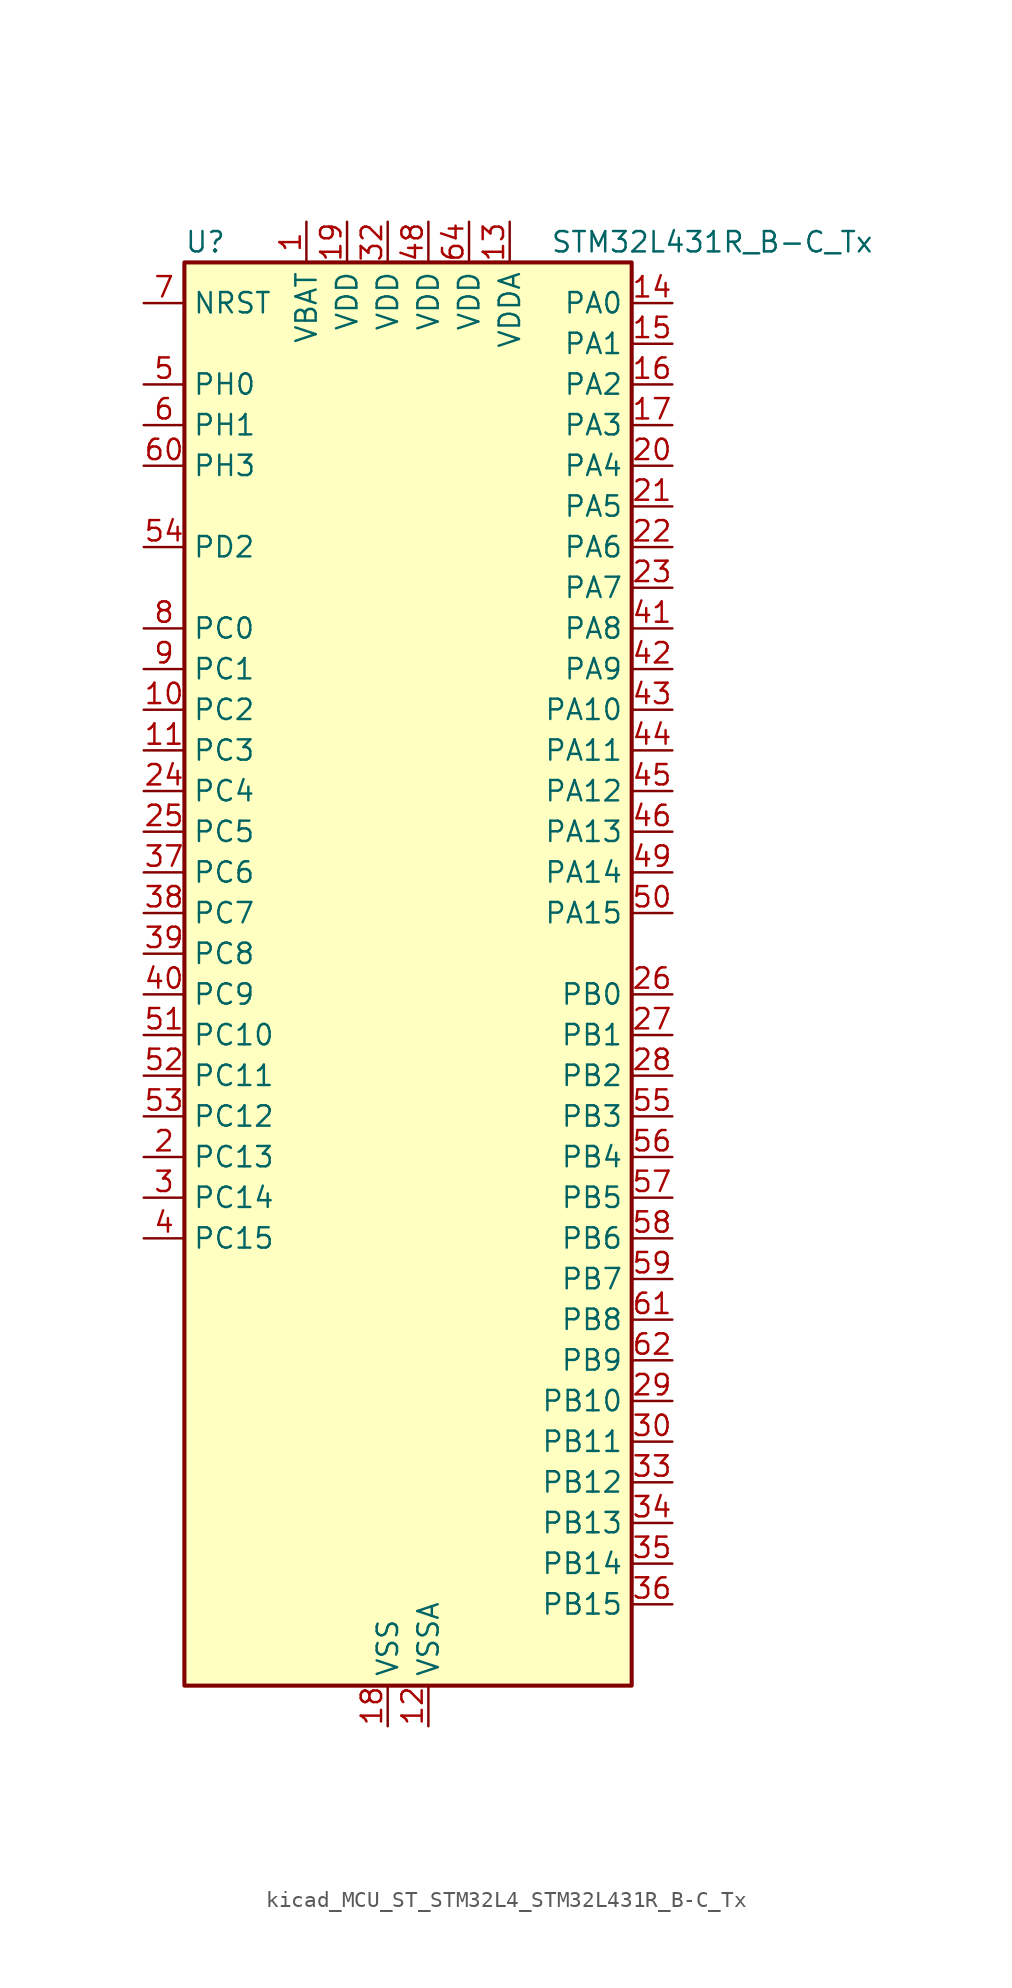
<source format=kicad_sym>
(kicad_symbol_lib
  (version 20220914)
  (generator kicad_symbol_editor)
  (symbol "kicad_MCU_ST_STM32L4_STM32L431R_B-C_Tx"
    (property "Reference" "U"
      (at -12.7 46.99 0)
      (effects (font (size 1.27 1.27)) (justify left)))
    (property "Value" "STM32L431R_B-C_Tx"
      (at 10.16 46.99 0)
      (effects (font (size 1.27 1.27)) (justify left)))
    (property "ki_locked" ""
      (at 0 0 0)
      (effects (font (size 1.27 1.27))))
    (symbol "kicad_MCU_ST_STM32L4_STM32L431R_B-C_Tx_0_1"
      (rectangle (start -12.7 -43.18) (end 15.24 45.72) (stroke (width 0.254) (type default)) (fill (type background))))
    (symbol "kicad_MCU_ST_STM32L4_STM32L431R_B-C_Tx_1_1"
      (pin power_in line (at -5.08 48.26 270) (length 2.54) (name "VBAT" (effects (font (size 1.27 1.27)))) (number "1" (effects (font (size 1.27 1.27)))))
      (pin bidirectional line (at -15.24 17.78 0) (length 2.54) (name "PC2" (effects (font (size 1.27 1.27)))) (number "10" (effects (font (size 1.27 1.27)))) (alternate "ADC1_IN3" bidirectional line) (alternate "LPTIM1_IN2" bidirectional line) (alternate "SPI2_MISO" bidirectional line))
      (pin bidirectional line (at -15.24 15.24 0) (length 2.54) (name "PC3" (effects (font (size 1.27 1.27)))) (number "11" (effects (font (size 1.27 1.27)))) (alternate "ADC1_IN4" bidirectional line) (alternate "LPTIM1_ETR" bidirectional line) (alternate "LPTIM2_ETR" bidirectional line) (alternate "SAI1_SD_A" bidirectional line) (alternate "SPI2_MOSI" bidirectional line))
      (pin power_in line (at 2.54 -45.72 90) (length 2.54) (name "VSSA" (effects (font (size 1.27 1.27)))) (number "12" (effects (font (size 1.27 1.27)))))
      (pin power_in line (at 7.62 48.26 270) (length 2.54) (name "VDDA" (effects (font (size 1.27 1.27)))) (number "13" (effects (font (size 1.27 1.27)))))
      (pin bidirectional line (at 17.78 43.18 180) (length 2.54) (name "PA0" (effects (font (size 1.27 1.27)))) (number "14" (effects (font (size 1.27 1.27)))) (alternate "ADC1_IN5" bidirectional line) (alternate "COMP1_INM" bidirectional line) (alternate "COMP1_OUT" bidirectional line) (alternate "OPAMP1_VINP" bidirectional line) (alternate "RTC_TAMP2" bidirectional line) (alternate "SAI1_EXTCLK" bidirectional line) (alternate "SYS_WKUP1" bidirectional line) (alternate "TIM2_CH1" bidirectional line) (alternate "TIM2_ETR" bidirectional line) (alternate "USART2_CTS" bidirectional line))
      (pin bidirectional line (at 17.78 40.64 180) (length 2.54) (name "PA1" (effects (font (size 1.27 1.27)))) (number "15" (effects (font (size 1.27 1.27)))) (alternate "ADC1_IN6" bidirectional line) (alternate "COMP1_INP" bidirectional line) (alternate "I2C1_SMBA" bidirectional line) (alternate "OPAMP1_VINM" bidirectional line) (alternate "SPI1_SCK" bidirectional line) (alternate "TIM15_CH1N" bidirectional line) (alternate "TIM2_CH2" bidirectional line) (alternate "USART2_DE" bidirectional line) (alternate "USART2_RTS" bidirectional line))
      (pin bidirectional line (at 17.78 38.1 180) (length 2.54) (name "PA2" (effects (font (size 1.27 1.27)))) (number "16" (effects (font (size 1.27 1.27)))) (alternate "ADC1_IN7" bidirectional line) (alternate "COMP2_INM" bidirectional line) (alternate "COMP2_OUT" bidirectional line) (alternate "LPUART1_TX" bidirectional line) (alternate "QUADSPI_BK1_NCS" bidirectional line) (alternate "RCC_LSCO" bidirectional line) (alternate "SYS_WKUP4" bidirectional line) (alternate "TIM15_CH1" bidirectional line) (alternate "TIM2_CH3" bidirectional line) (alternate "USART2_TX" bidirectional line))
      (pin bidirectional line (at 17.78 35.56 180) (length 2.54) (name "PA3" (effects (font (size 1.27 1.27)))) (number "17" (effects (font (size 1.27 1.27)))) (alternate "ADC1_IN8" bidirectional line) (alternate "COMP2_INP" bidirectional line) (alternate "LPUART1_RX" bidirectional line) (alternate "OPAMP1_VOUT" bidirectional line) (alternate "QUADSPI_CLK" bidirectional line) (alternate "SAI1_MCLK_A" bidirectional line) (alternate "TIM15_CH2" bidirectional line) (alternate "TIM2_CH4" bidirectional line) (alternate "USART2_RX" bidirectional line))
      (pin power_in line (at 0 -45.72 90) (length 2.54) (name "VSS" (effects (font (size 1.27 1.27)))) (number "18" (effects (font (size 1.27 1.27)))))
      (pin power_in line (at -2.54 48.26 270) (length 2.54) (name "VDD" (effects (font (size 1.27 1.27)))) (number "19" (effects (font (size 1.27 1.27)))))
      (pin bidirectional line (at -15.24 -10.16 0) (length 2.54) (name "PC13" (effects (font (size 1.27 1.27)))) (number "2" (effects (font (size 1.27 1.27)))) (alternate "RTC_OUT_ALARM" bidirectional line) (alternate "RTC_OUT_CALIB" bidirectional line) (alternate "RTC_TAMP1" bidirectional line) (alternate "RTC_TS" bidirectional line) (alternate "SYS_WKUP2" bidirectional line))
      (pin bidirectional line (at 17.78 33.02 180) (length 2.54) (name "PA4" (effects (font (size 1.27 1.27)))) (number "20" (effects (font (size 1.27 1.27)))) (alternate "ADC1_IN9" bidirectional line) (alternate "COMP1_INM" bidirectional line) (alternate "COMP2_INM" bidirectional line) (alternate "DAC1_OUT1" bidirectional line) (alternate "LPTIM2_OUT" bidirectional line) (alternate "SAI1_FS_B" bidirectional line) (alternate "SPI1_NSS" bidirectional line) (alternate "SPI3_NSS" bidirectional line) (alternate "USART2_CK" bidirectional line))
      (pin bidirectional line (at 17.78 30.48 180) (length 2.54) (name "PA5" (effects (font (size 1.27 1.27)))) (number "21" (effects (font (size 1.27 1.27)))) (alternate "ADC1_IN10" bidirectional line) (alternate "COMP1_INM" bidirectional line) (alternate "COMP2_INM" bidirectional line) (alternate "DAC1_OUT2" bidirectional line) (alternate "LPTIM2_ETR" bidirectional line) (alternate "SPI1_SCK" bidirectional line) (alternate "TIM2_CH1" bidirectional line) (alternate "TIM2_ETR" bidirectional line))
      (pin bidirectional line (at 17.78 27.94 180) (length 2.54) (name "PA6" (effects (font (size 1.27 1.27)))) (number "22" (effects (font (size 1.27 1.27)))) (alternate "ADC1_IN11" bidirectional line) (alternate "COMP1_OUT" bidirectional line) (alternate "LPUART1_CTS" bidirectional line) (alternate "QUADSPI_BK1_IO3" bidirectional line) (alternate "SPI1_MISO" bidirectional line) (alternate "TIM16_CH1" bidirectional line) (alternate "TIM1_BKIN" bidirectional line) (alternate "TIM1_BKIN_COMP2" bidirectional line) (alternate "USART3_CTS" bidirectional line))
      (pin bidirectional line (at 17.78 25.4 180) (length 2.54) (name "PA7" (effects (font (size 1.27 1.27)))) (number "23" (effects (font (size 1.27 1.27)))) (alternate "ADC1_IN12" bidirectional line) (alternate "COMP2_OUT" bidirectional line) (alternate "I2C3_SCL" bidirectional line) (alternate "QUADSPI_BK1_IO2" bidirectional line) (alternate "SPI1_MOSI" bidirectional line) (alternate "TIM1_CH1N" bidirectional line))
      (pin bidirectional line (at -15.24 12.7 0) (length 2.54) (name "PC4" (effects (font (size 1.27 1.27)))) (number "24" (effects (font (size 1.27 1.27)))) (alternate "ADC1_IN13" bidirectional line) (alternate "COMP1_INM" bidirectional line) (alternate "USART3_TX" bidirectional line))
      (pin bidirectional line (at -15.24 10.16 0) (length 2.54) (name "PC5" (effects (font (size 1.27 1.27)))) (number "25" (effects (font (size 1.27 1.27)))) (alternate "ADC1_IN14" bidirectional line) (alternate "COMP1_INP" bidirectional line) (alternate "SYS_WKUP5" bidirectional line) (alternate "USART3_RX" bidirectional line))
      (pin bidirectional line (at 17.78 0 180) (length 2.54) (name "PB0" (effects (font (size 1.27 1.27)))) (number "26" (effects (font (size 1.27 1.27)))) (alternate "ADC1_IN15" bidirectional line) (alternate "COMP1_OUT" bidirectional line) (alternate "QUADSPI_BK1_IO1" bidirectional line) (alternate "SAI1_EXTCLK" bidirectional line) (alternate "SPI1_NSS" bidirectional line) (alternate "TIM1_CH2N" bidirectional line) (alternate "USART3_CK" bidirectional line))
      (pin bidirectional line (at 17.78 -2.54 180) (length 2.54) (name "PB1" (effects (font (size 1.27 1.27)))) (number "27" (effects (font (size 1.27 1.27)))) (alternate "ADC1_IN16" bidirectional line) (alternate "COMP1_INM" bidirectional line) (alternate "LPTIM2_IN1" bidirectional line) (alternate "LPUART1_DE" bidirectional line) (alternate "LPUART1_RTS" bidirectional line) (alternate "QUADSPI_BK1_IO0" bidirectional line) (alternate "TIM1_CH3N" bidirectional line) (alternate "USART3_DE" bidirectional line) (alternate "USART3_RTS" bidirectional line))
      (pin bidirectional line (at 17.78 -5.08 180) (length 2.54) (name "PB2" (effects (font (size 1.27 1.27)))) (number "28" (effects (font (size 1.27 1.27)))) (alternate "COMP1_INP" bidirectional line) (alternate "I2C3_SMBA" bidirectional line) (alternate "LPTIM1_OUT" bidirectional line) (alternate "RTC_OUT_ALARM" bidirectional line) (alternate "RTC_OUT_CALIB" bidirectional line))
      (pin bidirectional line (at 17.78 -25.4 180) (length 2.54) (name "PB10" (effects (font (size 1.27 1.27)))) (number "29" (effects (font (size 1.27 1.27)))) (alternate "COMP1_OUT" bidirectional line) (alternate "I2C2_SCL" bidirectional line) (alternate "LPUART1_RX" bidirectional line) (alternate "QUADSPI_CLK" bidirectional line) (alternate "SAI1_SCK_A" bidirectional line) (alternate "SPI2_SCK" bidirectional line) (alternate "TIM2_CH3" bidirectional line) (alternate "TSC_SYNC" bidirectional line) (alternate "USART3_TX" bidirectional line))
      (pin bidirectional line (at -15.24 -12.7 0) (length 2.54) (name "PC14" (effects (font (size 1.27 1.27)))) (number "3" (effects (font (size 1.27 1.27)))) (alternate "RCC_OSC32_IN" bidirectional line))
      (pin bidirectional line (at 17.78 -27.94 180) (length 2.54) (name "PB11" (effects (font (size 1.27 1.27)))) (number "30" (effects (font (size 1.27 1.27)))) (alternate "ADC1_EXTI11" bidirectional line) (alternate "COMP2_OUT" bidirectional line) (alternate "I2C2_SDA" bidirectional line) (alternate "LPUART1_TX" bidirectional line) (alternate "QUADSPI_BK1_NCS" bidirectional line) (alternate "TIM2_CH4" bidirectional line) (alternate "USART3_RX" bidirectional line))
      (pin passive line (at 0 -45.72 90) (length 2.54) hide (name "VSS" (effects (font (size 1.27 1.27)))) (number "31" (effects (font (size 1.27 1.27)))))
      (pin power_in line (at 0 48.26 270) (length 2.54) (name "VDD" (effects (font (size 1.27 1.27)))) (number "32" (effects (font (size 1.27 1.27)))))
      (pin bidirectional line (at 17.78 -30.48 180) (length 2.54) (name "PB12" (effects (font (size 1.27 1.27)))) (number "33" (effects (font (size 1.27 1.27)))) (alternate "I2C2_SMBA" bidirectional line) (alternate "LPUART1_DE" bidirectional line) (alternate "LPUART1_RTS" bidirectional line) (alternate "SAI1_FS_A" bidirectional line) (alternate "SPI2_NSS" bidirectional line) (alternate "SWPMI1_IO" bidirectional line) (alternate "TIM15_BKIN" bidirectional line) (alternate "TIM1_BKIN" bidirectional line) (alternate "TIM1_BKIN_COMP2" bidirectional line) (alternate "TSC_G1_IO1" bidirectional line) (alternate "USART3_CK" bidirectional line))
      (pin bidirectional line (at 17.78 -33.02 180) (length 2.54) (name "PB13" (effects (font (size 1.27 1.27)))) (number "34" (effects (font (size 1.27 1.27)))) (alternate "I2C2_SCL" bidirectional line) (alternate "LPUART1_CTS" bidirectional line) (alternate "SAI1_SCK_A" bidirectional line) (alternate "SPI2_SCK" bidirectional line) (alternate "SWPMI1_TX" bidirectional line) (alternate "TIM15_CH1N" bidirectional line) (alternate "TIM1_CH1N" bidirectional line) (alternate "TSC_G1_IO2" bidirectional line) (alternate "USART3_CTS" bidirectional line))
      (pin bidirectional line (at 17.78 -35.56 180) (length 2.54) (name "PB14" (effects (font (size 1.27 1.27)))) (number "35" (effects (font (size 1.27 1.27)))) (alternate "I2C2_SDA" bidirectional line) (alternate "SAI1_MCLK_A" bidirectional line) (alternate "SPI2_MISO" bidirectional line) (alternate "SWPMI1_RX" bidirectional line) (alternate "TIM15_CH1" bidirectional line) (alternate "TIM1_CH2N" bidirectional line) (alternate "TSC_G1_IO3" bidirectional line) (alternate "USART3_DE" bidirectional line) (alternate "USART3_RTS" bidirectional line))
      (pin bidirectional line (at 17.78 -38.1 180) (length 2.54) (name "PB15" (effects (font (size 1.27 1.27)))) (number "36" (effects (font (size 1.27 1.27)))) (alternate "ADC1_EXTI15" bidirectional line) (alternate "RTC_REFIN" bidirectional line) (alternate "SAI1_SD_A" bidirectional line) (alternate "SPI2_MOSI" bidirectional line) (alternate "SWPMI1_SUSPEND" bidirectional line) (alternate "TIM15_CH2" bidirectional line) (alternate "TIM1_CH3N" bidirectional line) (alternate "TSC_G1_IO4" bidirectional line))
      (pin bidirectional line (at -15.24 7.62 0) (length 2.54) (name "PC6" (effects (font (size 1.27 1.27)))) (number "37" (effects (font (size 1.27 1.27)))) (alternate "SDMMC1_D6" bidirectional line) (alternate "TSC_G4_IO1" bidirectional line))
      (pin bidirectional line (at -15.24 5.08 0) (length 2.54) (name "PC7" (effects (font (size 1.27 1.27)))) (number "38" (effects (font (size 1.27 1.27)))) (alternate "SDMMC1_D7" bidirectional line) (alternate "TSC_G4_IO2" bidirectional line))
      (pin bidirectional line (at -15.24 2.54 0) (length 2.54) (name "PC8" (effects (font (size 1.27 1.27)))) (number "39" (effects (font (size 1.27 1.27)))) (alternate "SDMMC1_D0" bidirectional line) (alternate "TSC_G4_IO3" bidirectional line))
      (pin bidirectional line (at -15.24 -15.24 0) (length 2.54) (name "PC15" (effects (font (size 1.27 1.27)))) (number "4" (effects (font (size 1.27 1.27)))) (alternate "ADC1_EXTI15" bidirectional line) (alternate "RCC_OSC32_OUT" bidirectional line))
      (pin bidirectional line (at -15.24 0 0) (length 2.54) (name "PC9" (effects (font (size 1.27 1.27)))) (number "40" (effects (font (size 1.27 1.27)))) (alternate "DAC1_EXTI9" bidirectional line) (alternate "SDMMC1_D1" bidirectional line) (alternate "TSC_G4_IO4" bidirectional line))
      (pin bidirectional line (at 17.78 22.86 180) (length 2.54) (name "PA8" (effects (font (size 1.27 1.27)))) (number "41" (effects (font (size 1.27 1.27)))) (alternate "LPTIM2_OUT" bidirectional line) (alternate "RCC_MCO" bidirectional line) (alternate "SAI1_SCK_A" bidirectional line) (alternate "SWPMI1_IO" bidirectional line) (alternate "TIM1_CH1" bidirectional line) (alternate "USART1_CK" bidirectional line))
      (pin bidirectional line (at 17.78 20.32 180) (length 2.54) (name "PA9" (effects (font (size 1.27 1.27)))) (number "42" (effects (font (size 1.27 1.27)))) (alternate "DAC1_EXTI9" bidirectional line) (alternate "I2C1_SCL" bidirectional line) (alternate "SAI1_FS_A" bidirectional line) (alternate "TIM15_BKIN" bidirectional line) (alternate "TIM1_CH2" bidirectional line) (alternate "USART1_TX" bidirectional line))
      (pin bidirectional line (at 17.78 17.78 180) (length 2.54) (name "PA10" (effects (font (size 1.27 1.27)))) (number "43" (effects (font (size 1.27 1.27)))) (alternate "I2C1_SDA" bidirectional line) (alternate "SAI1_SD_A" bidirectional line) (alternate "TIM1_CH3" bidirectional line) (alternate "USART1_RX" bidirectional line))
      (pin bidirectional line (at 17.78 15.24 180) (length 2.54) (name "PA11" (effects (font (size 1.27 1.27)))) (number "44" (effects (font (size 1.27 1.27)))) (alternate "ADC1_EXTI11" bidirectional line) (alternate "CAN1_RX" bidirectional line) (alternate "COMP1_OUT" bidirectional line) (alternate "SPI1_MISO" bidirectional line) (alternate "TIM1_BKIN2" bidirectional line) (alternate "TIM1_BKIN2_COMP1" bidirectional line) (alternate "TIM1_CH4" bidirectional line) (alternate "USART1_CTS" bidirectional line))
      (pin bidirectional line (at 17.78 12.7 180) (length 2.54) (name "PA12" (effects (font (size 1.27 1.27)))) (number "45" (effects (font (size 1.27 1.27)))) (alternate "CAN1_TX" bidirectional line) (alternate "SPI1_MOSI" bidirectional line) (alternate "TIM1_ETR" bidirectional line) (alternate "USART1_DE" bidirectional line) (alternate "USART1_RTS" bidirectional line))
      (pin bidirectional line (at 17.78 10.16 180) (length 2.54) (name "PA13" (effects (font (size 1.27 1.27)))) (number "46" (effects (font (size 1.27 1.27)))) (alternate "IR_OUT" bidirectional line) (alternate "SAI1_SD_B" bidirectional line) (alternate "SWPMI1_TX" bidirectional line) (alternate "SYS_JTMS-SWDIO" bidirectional line))
      (pin passive line (at 0 -45.72 90) (length 2.54) hide (name "VSS" (effects (font (size 1.27 1.27)))) (number "47" (effects (font (size 1.27 1.27)))))
      (pin power_in line (at 2.54 48.26 270) (length 2.54) (name "VDD" (effects (font (size 1.27 1.27)))) (number "48" (effects (font (size 1.27 1.27)))))
      (pin bidirectional line (at 17.78 7.62 180) (length 2.54) (name "PA14" (effects (font (size 1.27 1.27)))) (number "49" (effects (font (size 1.27 1.27)))) (alternate "I2C1_SMBA" bidirectional line) (alternate "LPTIM1_OUT" bidirectional line) (alternate "SAI1_FS_B" bidirectional line) (alternate "SWPMI1_RX" bidirectional line) (alternate "SYS_JTCK-SWCLK" bidirectional line))
      (pin bidirectional line (at -15.24 38.1 0) (length 2.54) (name "PH0" (effects (font (size 1.27 1.27)))) (number "5" (effects (font (size 1.27 1.27)))) (alternate "RCC_OSC_IN" bidirectional line))
      (pin bidirectional line (at 17.78 5.08 180) (length 2.54) (name "PA15" (effects (font (size 1.27 1.27)))) (number "50" (effects (font (size 1.27 1.27)))) (alternate "ADC1_EXTI15" bidirectional line) (alternate "SPI1_NSS" bidirectional line) (alternate "SPI3_NSS" bidirectional line) (alternate "SWPMI1_SUSPEND" bidirectional line) (alternate "SYS_JTDI" bidirectional line) (alternate "TIM2_CH1" bidirectional line) (alternate "TIM2_ETR" bidirectional line) (alternate "TSC_G3_IO1" bidirectional line) (alternate "USART2_RX" bidirectional line) (alternate "USART3_DE" bidirectional line) (alternate "USART3_RTS" bidirectional line))
      (pin bidirectional line (at -15.24 -2.54 0) (length 2.54) (name "PC10" (effects (font (size 1.27 1.27)))) (number "51" (effects (font (size 1.27 1.27)))) (alternate "SDMMC1_D2" bidirectional line) (alternate "SPI3_SCK" bidirectional line) (alternate "TSC_G3_IO2" bidirectional line) (alternate "USART3_TX" bidirectional line))
      (pin bidirectional line (at -15.24 -5.08 0) (length 2.54) (name "PC11" (effects (font (size 1.27 1.27)))) (number "52" (effects (font (size 1.27 1.27)))) (alternate "ADC1_EXTI11" bidirectional line) (alternate "SDMMC1_D3" bidirectional line) (alternate "SPI3_MISO" bidirectional line) (alternate "TSC_G3_IO3" bidirectional line) (alternate "USART3_RX" bidirectional line))
      (pin bidirectional line (at -15.24 -7.62 0) (length 2.54) (name "PC12" (effects (font (size 1.27 1.27)))) (number "53" (effects (font (size 1.27 1.27)))) (alternate "SDMMC1_CK" bidirectional line) (alternate "SPI3_MOSI" bidirectional line) (alternate "TSC_G3_IO4" bidirectional line) (alternate "USART3_CK" bidirectional line))
      (pin bidirectional line (at -15.24 27.94 0) (length 2.54) (name "PD2" (effects (font (size 1.27 1.27)))) (number "54" (effects (font (size 1.27 1.27)))) (alternate "SDMMC1_CMD" bidirectional line) (alternate "TSC_SYNC" bidirectional line) (alternate "USART3_DE" bidirectional line) (alternate "USART3_RTS" bidirectional line))
      (pin bidirectional line (at 17.78 -7.62 180) (length 2.54) (name "PB3" (effects (font (size 1.27 1.27)))) (number "55" (effects (font (size 1.27 1.27)))) (alternate "COMP2_INM" bidirectional line) (alternate "SAI1_SCK_B" bidirectional line) (alternate "SPI1_SCK" bidirectional line) (alternate "SPI3_SCK" bidirectional line) (alternate "SYS_JTDO-SWO" bidirectional line) (alternate "TIM2_CH2" bidirectional line) (alternate "USART1_DE" bidirectional line) (alternate "USART1_RTS" bidirectional line))
      (pin bidirectional line (at 17.78 -10.16 180) (length 2.54) (name "PB4" (effects (font (size 1.27 1.27)))) (number "56" (effects (font (size 1.27 1.27)))) (alternate "COMP2_INP" bidirectional line) (alternate "I2C3_SDA" bidirectional line) (alternate "SAI1_MCLK_B" bidirectional line) (alternate "SPI1_MISO" bidirectional line) (alternate "SPI3_MISO" bidirectional line) (alternate "SYS_JTRST" bidirectional line) (alternate "TSC_G2_IO1" bidirectional line) (alternate "USART1_CTS" bidirectional line))
      (pin bidirectional line (at 17.78 -12.7 180) (length 2.54) (name "PB5" (effects (font (size 1.27 1.27)))) (number "57" (effects (font (size 1.27 1.27)))) (alternate "COMP2_OUT" bidirectional line) (alternate "I2C1_SMBA" bidirectional line) (alternate "LPTIM1_IN1" bidirectional line) (alternate "SAI1_SD_B" bidirectional line) (alternate "SPI1_MOSI" bidirectional line) (alternate "SPI3_MOSI" bidirectional line) (alternate "TIM16_BKIN" bidirectional line) (alternate "TSC_G2_IO2" bidirectional line) (alternate "USART1_CK" bidirectional line))
      (pin bidirectional line (at 17.78 -15.24 180) (length 2.54) (name "PB6" (effects (font (size 1.27 1.27)))) (number "58" (effects (font (size 1.27 1.27)))) (alternate "COMP2_INP" bidirectional line) (alternate "I2C1_SCL" bidirectional line) (alternate "LPTIM1_ETR" bidirectional line) (alternate "SAI1_FS_B" bidirectional line) (alternate "TIM16_CH1N" bidirectional line) (alternate "TSC_G2_IO3" bidirectional line) (alternate "USART1_TX" bidirectional line))
      (pin bidirectional line (at 17.78 -17.78 180) (length 2.54) (name "PB7" (effects (font (size 1.27 1.27)))) (number "59" (effects (font (size 1.27 1.27)))) (alternate "COMP2_INM" bidirectional line) (alternate "I2C1_SDA" bidirectional line) (alternate "LPTIM1_IN2" bidirectional line) (alternate "SYS_PVD_IN" bidirectional line) (alternate "TSC_G2_IO4" bidirectional line) (alternate "USART1_RX" bidirectional line))
      (pin bidirectional line (at -15.24 35.56 0) (length 2.54) (name "PH1" (effects (font (size 1.27 1.27)))) (number "6" (effects (font (size 1.27 1.27)))) (alternate "RCC_OSC_OUT" bidirectional line))
      (pin bidirectional line (at -15.24 33.02 0) (length 2.54) (name "PH3" (effects (font (size 1.27 1.27)))) (number "60" (effects (font (size 1.27 1.27)))))
      (pin bidirectional line (at 17.78 -20.32 180) (length 2.54) (name "PB8" (effects (font (size 1.27 1.27)))) (number "61" (effects (font (size 1.27 1.27)))) (alternate "CAN1_RX" bidirectional line) (alternate "I2C1_SCL" bidirectional line) (alternate "SAI1_MCLK_A" bidirectional line) (alternate "SDMMC1_D4" bidirectional line) (alternate "TIM16_CH1" bidirectional line))
      (pin bidirectional line (at 17.78 -22.86 180) (length 2.54) (name "PB9" (effects (font (size 1.27 1.27)))) (number "62" (effects (font (size 1.27 1.27)))) (alternate "CAN1_TX" bidirectional line) (alternate "DAC1_EXTI9" bidirectional line) (alternate "I2C1_SDA" bidirectional line) (alternate "IR_OUT" bidirectional line) (alternate "SAI1_FS_A" bidirectional line) (alternate "SDMMC1_D5" bidirectional line) (alternate "SPI2_NSS" bidirectional line))
      (pin passive line (at 0 -45.72 90) (length 2.54) hide (name "VSS" (effects (font (size 1.27 1.27)))) (number "63" (effects (font (size 1.27 1.27)))))
      (pin power_in line (at 5.08 48.26 270) (length 2.54) (name "VDD" (effects (font (size 1.27 1.27)))) (number "64" (effects (font (size 1.27 1.27)))))
      (pin input line (at -15.24 43.18 0) (length 2.54) (name "NRST" (effects (font (size 1.27 1.27)))) (number "7" (effects (font (size 1.27 1.27)))))
      (pin bidirectional line (at -15.24 22.86 0) (length 2.54) (name "PC0" (effects (font (size 1.27 1.27)))) (number "8" (effects (font (size 1.27 1.27)))) (alternate "ADC1_IN1" bidirectional line) (alternate "I2C3_SCL" bidirectional line) (alternate "LPTIM1_IN1" bidirectional line) (alternate "LPTIM2_IN1" bidirectional line) (alternate "LPUART1_RX" bidirectional line))
      (pin bidirectional line (at -15.24 20.32 0) (length 2.54) (name "PC1" (effects (font (size 1.27 1.27)))) (number "9" (effects (font (size 1.27 1.27)))) (alternate "ADC1_IN2" bidirectional line) (alternate "I2C3_SDA" bidirectional line) (alternate "LPTIM1_OUT" bidirectional line) (alternate "LPUART1_TX" bidirectional line)))))
</source>
